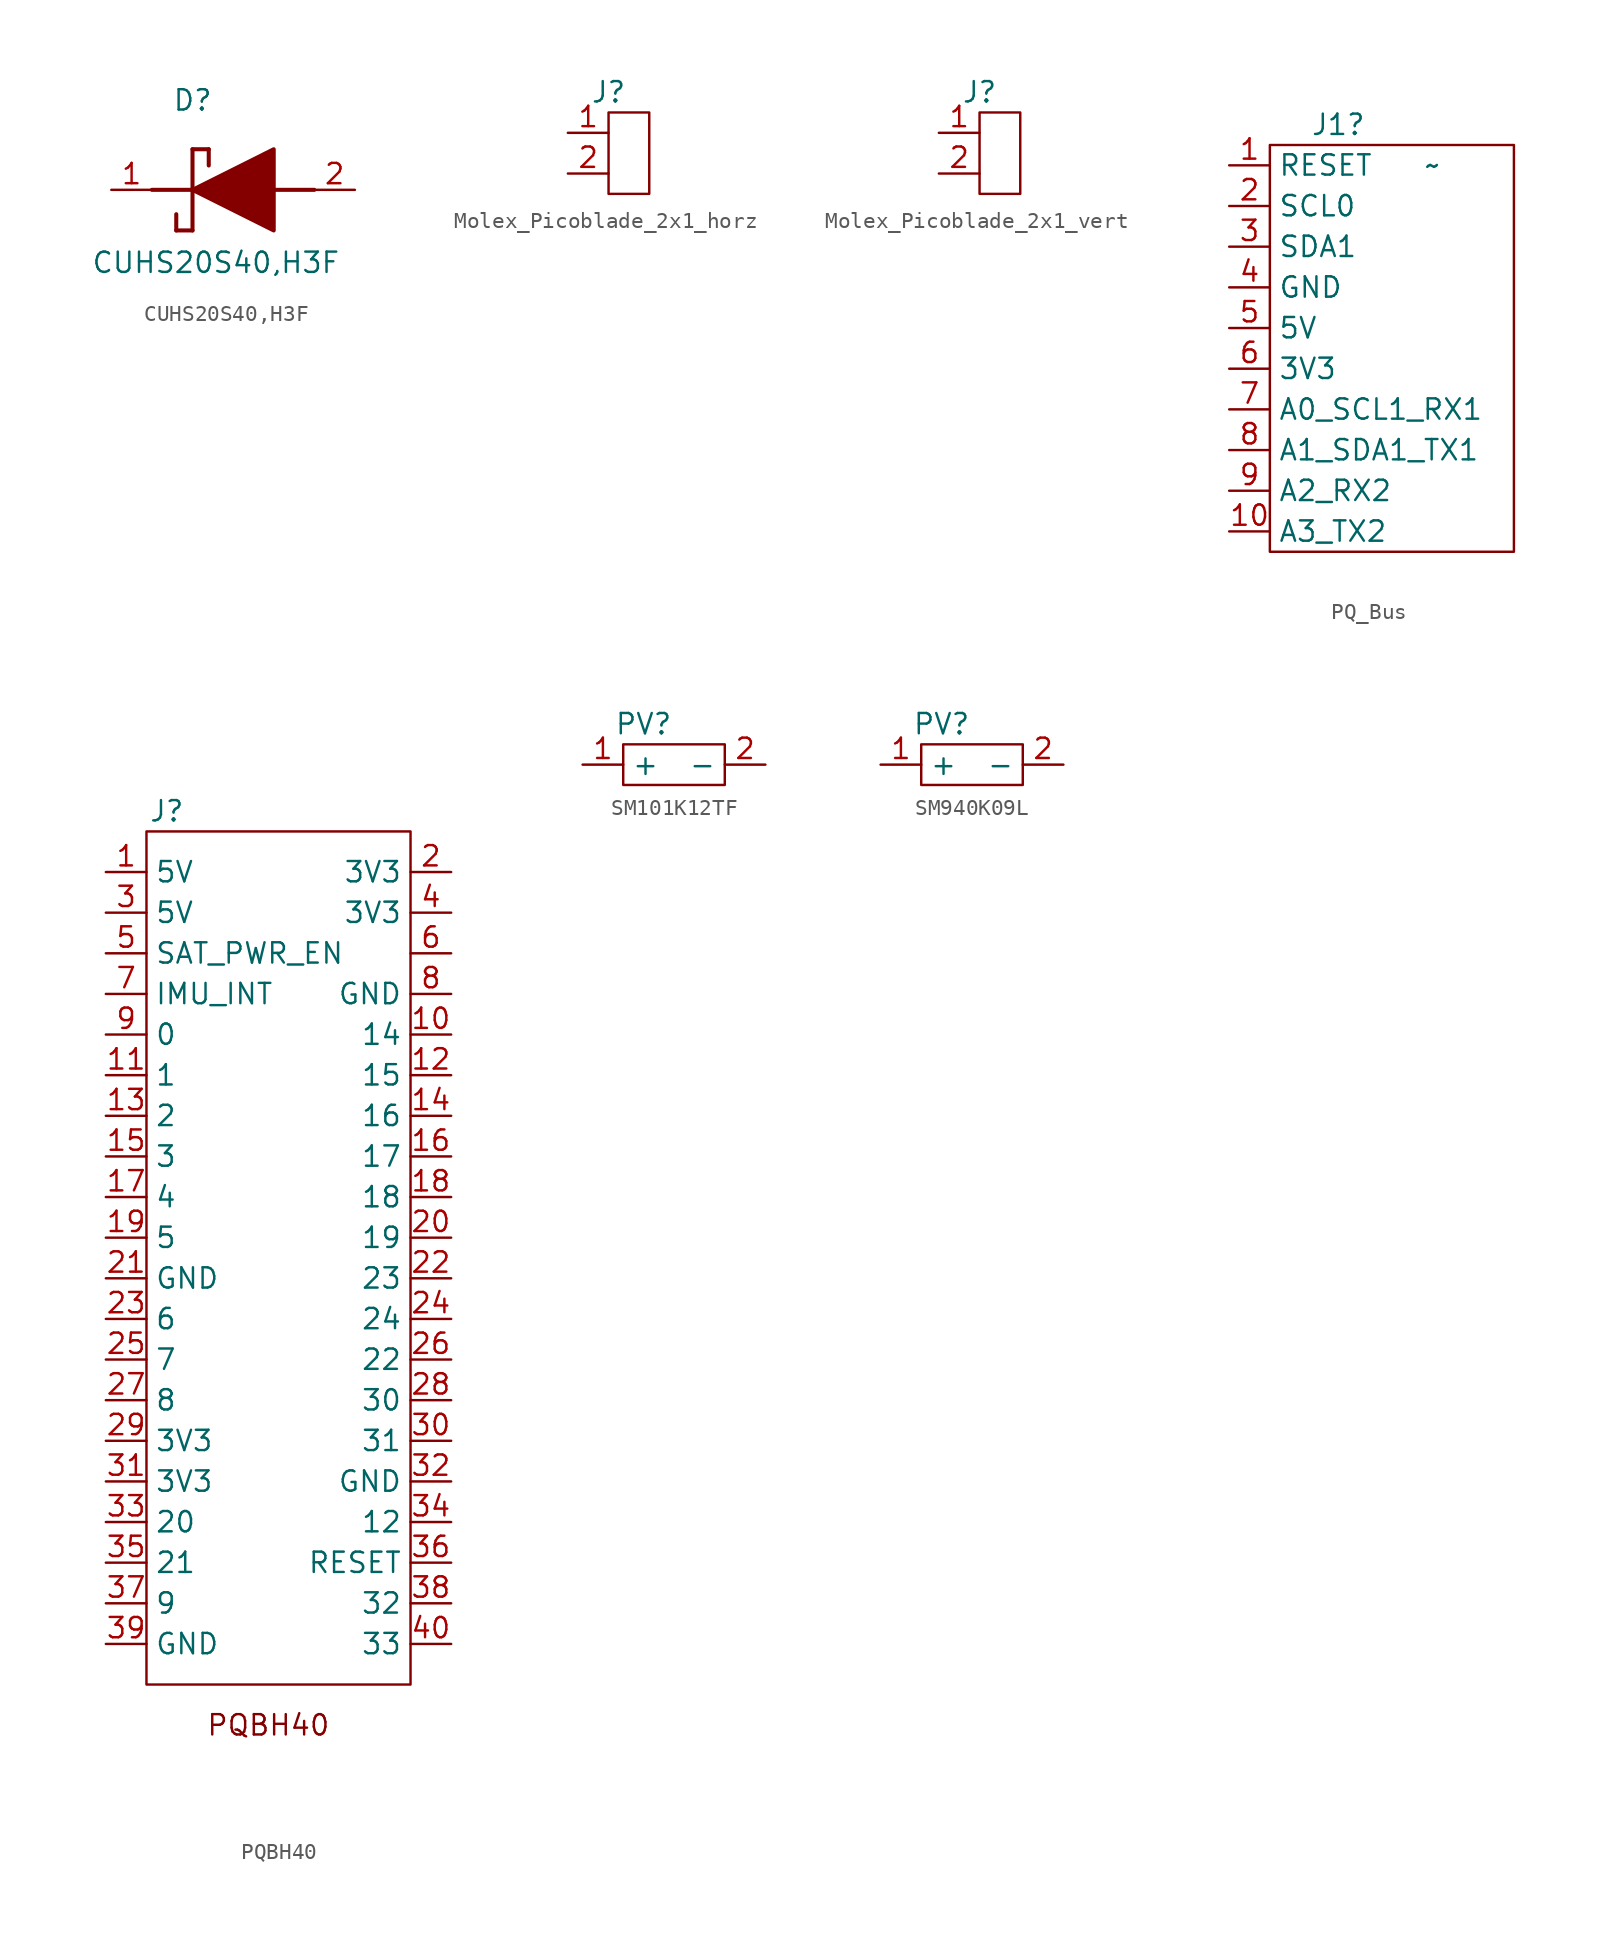
<source format=kicad_sym>
(kicad_symbol_lib
  (version 20220914)
  (generator kicad_symbol_editor)
  (symbol "CUHS20S40,H3F"
    (pin_names hide)
    (property "Reference" "D"
      (at 6.35 6.35 0)
      (effects (font (size 1.27 1.27)) (justify left top)))
    (property "Value" "CUHS20S40,H3F"
      (at 1.27 -3.81 0)
      (effects (font (size 1.27 1.27)) (justify left top)))
    (symbol "CUHS20S40,H3F_1_1"
      (polyline (pts (xy 5.08 0) (xy 7.62 0)) (stroke (width 0.254) (type default)) (fill (type none)))
      (polyline (pts (xy 6.604 -1.524) (xy 6.604 -2.54)) (stroke (width 0.254) (type default)) (fill (type none)))
      (polyline (pts (xy 7.62 -2.54) (xy 6.604 -2.54)) (stroke (width 0.254) (type default)) (fill (type none)))
      (polyline (pts (xy 7.62 2.54) (xy 7.62 -2.54)) (stroke (width 0.254) (type default)) (fill (type none)))
      (polyline (pts (xy 7.62 2.54) (xy 8.636 2.54)) (stroke (width 0.254) (type default)) (fill (type none)))
      (polyline (pts (xy 8.636 1.524) (xy 8.636 2.54)) (stroke (width 0.254) (type default)) (fill (type none)))
      (polyline (pts (xy 12.7 0) (xy 15.24 0)) (stroke (width 0.254) (type default)) (fill (type none)))
      (polyline (pts (xy 7.62 0) (xy 12.7 2.54) (xy 12.7 -2.54) (xy 7.62 0)) (stroke (width 0.254) (type default)) (fill (type outline)))
      (pin passive line (at 2.54 0 0) (length 2.54) (name "K" (effects (font (size 1.27 1.27)))) (number "1" (effects (font (size 1.27 1.27)))))
      (pin passive line (at 17.78 0 180) (length 2.54) (name "A" (effects (font (size 1.27 1.27)))) (number "2" (effects (font (size 1.27 1.27)))))))
  (symbol "Molex_Picoblade_2x1_horz"
    (property "Reference" "J"
      (at 0 0 0)
      (effects (font (size 1.27 1.27))))
    (property "Value" ""
      (at 0 0 0)
      (effects (font (size 1.27 1.27))))
    (symbol "Molex_Picoblade_2x1_horz_0_0"
      (pin passive line (at -2.54 -2.54 0) (length 2.54) (name "" (effects (font (size 1.27 1.27)))) (number "1" (effects (font (size 1.27 1.27)))))
      (pin passive line (at -2.54 -5.08 0) (length 2.54) (name "" (effects (font (size 1.27 1.27)))) (number "2" (effects (font (size 1.27 1.27))))))
    (symbol "Molex_Picoblade_2x1_horz_0_1"
      (rectangle (start 0 -1.27) (end 2.54 -6.35) (stroke (width 0) (type default)) (fill (type none)))))
  (symbol "Molex_Picoblade_2x1_vert"
    (property "Reference" "J"
      (at 2.54 2.54 0)
      (effects (font (size 1.27 1.27))))
    (property "Value" ""
      (at 0 0 0)
      (effects (font (size 1.27 1.27))))
    (symbol "Molex_Picoblade_2x1_vert_0_0"
      (pin passive line (at 0 0 0) (length 2.54) (name "" (effects (font (size 1.27 1.27)))) (number "1" (effects (font (size 1.27 1.27)))))
      (pin passive line (at 0 -2.54 0) (length 2.54) (name "" (effects (font (size 1.27 1.27)))) (number "2" (effects (font (size 1.27 1.27))))))
    (symbol "Molex_Picoblade_2x1_vert_0_1"
      (rectangle (start 2.54 1.27) (end 5.08 -3.81) (stroke (width 0) (type default)) (fill (type none)))))
  (symbol "PQ_Bus"
    (property "Reference" "J1"
      (at 2.54 1.27 0)
      (effects (font (size 1.27 1.27)) (justify left)))
    (property "Value" "~"
      (at 10.16 -1.27 0)
      (effects (font (size 1.27 1.27))))
    (symbol "PQ_Bus_0_1"
      (rectangle (start 0 0) (end 15.24 -25.4) (stroke (width 0) (type default)) (fill (type none))))
    (symbol "PQ_Bus_1_0"
      (pin passive line (at -2.54 -1.27 0) (length 2.54) (name "RESET" (effects (font (size 1.27 1.27)))) (number "1" (effects (font (size 1.27 1.27)))))
      (pin passive line (at -2.54 -24.13 0) (length 2.54) (name "A3_TX2" (effects (font (size 1.27 1.27)))) (number "10" (effects (font (size 1.27 1.27)))))
      (pin passive line (at -2.54 -3.81 0) (length 2.54) (name "SCL0" (effects (font (size 1.27 1.27)))) (number "2" (effects (font (size 1.27 1.27)))))
      (pin passive line (at -2.54 -6.35 0) (length 2.54) (name "SDA1" (effects (font (size 1.27 1.27)))) (number "3" (effects (font (size 1.27 1.27)))))
      (pin passive line (at -2.54 -8.89 0) (length 2.54) (name "GND" (effects (font (size 1.27 1.27)))) (number "4" (effects (font (size 1.27 1.27)))))
      (pin passive line (at -2.54 -11.43 0) (length 2.54) (name "5V" (effects (font (size 1.27 1.27)))) (number "5" (effects (font (size 1.27 1.27)))))
      (pin passive line (at -2.54 -13.97 0) (length 2.54) (name "3V3" (effects (font (size 1.27 1.27)))) (number "6" (effects (font (size 1.27 1.27)))))
      (pin passive line (at -2.54 -16.51 0) (length 2.54) (name "A0_SCL1_RX1" (effects (font (size 1.27 1.27)))) (number "7" (effects (font (size 1.27 1.27)))))
      (pin passive line (at -2.54 -19.05 0) (length 2.54) (name "A1_SDA1_TX1" (effects (font (size 1.27 1.27)))) (number "8" (effects (font (size 1.27 1.27)))))
      (pin passive line (at -2.54 -21.59 0) (length 2.54) (name "A2_RX2" (effects (font (size 1.27 1.27)))) (number "9" (effects (font (size 1.27 1.27)))))))
  (symbol "PQBH40"
    (property "Reference" "J"
      (at 1.27 1.27 0)
      (effects (font (size 1.27 1.27))))
    (property "Value" ""
      (at -2.54 -2.54 0)
      (effects (font (size 1.27 1.27))))
    (symbol "PQBH40_0_0"
      (pin output line (at -2.54 -2.54 0) (length 2.54) (name "5V" (effects (font (size 1.27 1.27)))) (number "1" (effects (font (size 1.27 1.27)))))
      (pin passive line (at 19.05 -50.8 180) (length 2.54) (name "33" (effects (font (size 1.27 1.27)))) (number "40" (effects (font (size 1.27 1.27))))))
    (symbol "PQBH40_0_1"
      (rectangle (start 0 0) (end 16.51 -53.34) (stroke (width 0) (type default)) (fill (type none))))
    (symbol "PQBH40_1_0"
      (pin passive line (at 19.05 -12.7 180) (length 2.54) (name "14" (effects (font (size 1.27 1.27)))) (number "10" (effects (font (size 1.27 1.27)))))
      (pin passive line (at -2.54 -15.24 0) (length 2.54) (name "1" (effects (font (size 1.27 1.27)))) (number "11" (effects (font (size 1.27 1.27)))))
      (pin passive line (at 19.05 -15.24 180) (length 2.54) (name "15" (effects (font (size 1.27 1.27)))) (number "12" (effects (font (size 1.27 1.27)))))
      (pin passive line (at -2.54 -17.78 0) (length 2.54) (name "2" (effects (font (size 1.27 1.27)))) (number "13" (effects (font (size 1.27 1.27)))))
      (pin passive line (at 19.05 -17.78 180) (length 2.54) (name "16" (effects (font (size 1.27 1.27)))) (number "14" (effects (font (size 1.27 1.27)))))
      (pin passive line (at -2.54 -20.32 0) (length 2.54) (name "3" (effects (font (size 1.27 1.27)))) (number "15" (effects (font (size 1.27 1.27)))))
      (pin passive line (at 19.05 -20.32 180) (length 2.54) (name "17" (effects (font (size 1.27 1.27)))) (number "16" (effects (font (size 1.27 1.27)))))
      (pin passive line (at -2.54 -22.86 0) (length 2.54) (name "4" (effects (font (size 1.27 1.27)))) (number "17" (effects (font (size 1.27 1.27)))))
      (pin passive line (at 19.05 -22.86 180) (length 2.54) (name "18" (effects (font (size 1.27 1.27)))) (number "18" (effects (font (size 1.27 1.27)))))
      (pin passive line (at -2.54 -25.4 0) (length 2.54) (name "5" (effects (font (size 1.27 1.27)))) (number "19" (effects (font (size 1.27 1.27)))))
      (pin passive line (at 19.05 -2.54 180) (length 2.54) (name "3V3" (effects (font (size 1.27 1.27)))) (number "2" (effects (font (size 1.27 1.27)))))
      (pin passive line (at 19.05 -25.4 180) (length 2.54) (name "19" (effects (font (size 1.27 1.27)))) (number "20" (effects (font (size 1.27 1.27)))))
      (pin passive line (at -2.54 -27.94 0) (length 2.54) (name "GND" (effects (font (size 1.27 1.27)))) (number "21" (effects (font (size 1.27 1.27)))))
      (pin passive line (at 19.05 -27.94 180) (length 2.54) (name "23" (effects (font (size 1.27 1.27)))) (number "22" (effects (font (size 1.27 1.27)))))
      (pin passive line (at -2.54 -30.48 0) (length 2.54) (name "6" (effects (font (size 1.27 1.27)))) (number "23" (effects (font (size 1.27 1.27)))))
      (pin passive line (at 19.05 -30.48 180) (length 2.54) (name "24" (effects (font (size 1.27 1.27)))) (number "24" (effects (font (size 1.27 1.27)))))
      (pin passive line (at -2.54 -33.02 0) (length 2.54) (name "7" (effects (font (size 1.27 1.27)))) (number "25" (effects (font (size 1.27 1.27)))))
      (pin passive line (at 19.05 -33.02 180) (length 2.54) (name "22" (effects (font (size 1.27 1.27)))) (number "26" (effects (font (size 1.27 1.27)))))
      (pin passive line (at -2.54 -35.56 0) (length 2.54) (name "8" (effects (font (size 1.27 1.27)))) (number "27" (effects (font (size 1.27 1.27)))))
      (pin passive line (at 19.05 -35.56 180) (length 2.54) (name "30" (effects (font (size 1.27 1.27)))) (number "28" (effects (font (size 1.27 1.27)))))
      (pin output line (at -2.54 -38.1 0) (length 2.54) (name "3V3" (effects (font (size 1.27 1.27)))) (number "29" (effects (font (size 1.27 1.27)))))
      (pin output line (at -2.54 -5.08 0) (length 2.54) (name "5V" (effects (font (size 1.27 1.27)))) (number "3" (effects (font (size 1.27 1.27)))))
      (pin passive line (at 19.05 -38.1 180) (length 2.54) (name "31" (effects (font (size 1.27 1.27)))) (number "30" (effects (font (size 1.27 1.27)))))
      (pin output line (at -2.54 -40.64 0) (length 2.54) (name "3V3" (effects (font (size 1.27 1.27)))) (number "31" (effects (font (size 1.27 1.27)))))
      (pin passive line (at 19.05 -40.64 180) (length 2.54) (name "GND" (effects (font (size 1.27 1.27)))) (number "32" (effects (font (size 1.27 1.27)))))
      (pin passive line (at -2.54 -43.18 0) (length 2.54) (name "20" (effects (font (size 1.27 1.27)))) (number "33" (effects (font (size 1.27 1.27)))))
      (pin passive line (at 19.05 -43.18 180) (length 2.54) (name "12" (effects (font (size 1.27 1.27)))) (number "34" (effects (font (size 1.27 1.27)))))
      (pin passive line (at -2.54 -45.72 0) (length 2.54) (name "21" (effects (font (size 1.27 1.27)))) (number "35" (effects (font (size 1.27 1.27)))))
      (pin passive line (at 19.05 -45.72 180) (length 2.54) (name "RESET" (effects (font (size 1.27 1.27)))) (number "36" (effects (font (size 1.27 1.27)))))
      (pin passive line (at -2.54 -48.26 0) (length 2.54) (name "9" (effects (font (size 1.27 1.27)))) (number "37" (effects (font (size 1.27 1.27)))))
      (pin passive line (at 19.05 -48.26 180) (length 2.54) (name "32" (effects (font (size 1.27 1.27)))) (number "38" (effects (font (size 1.27 1.27)))))
      (pin passive line (at -2.54 -50.8 0) (length 2.54) (name "GND" (effects (font (size 1.27 1.27)))) (number "39" (effects (font (size 1.27 1.27)))))
      (pin passive line (at 19.05 -5.08 180) (length 2.54) (name "3V3" (effects (font (size 1.27 1.27)))) (number "4" (effects (font (size 1.27 1.27)))))
      (pin passive line (at -2.54 -7.62 0) (length 2.54) (name "SAT_PWR_EN" (effects (font (size 1.27 1.27)))) (number "5" (effects (font (size 1.27 1.27)))))
      (pin passive line (at 19.05 -7.62 180) (length 2.54) (name "" (effects (font (size 1.27 1.27)))) (number "6" (effects (font (size 1.27 1.27)))))
      (pin passive line (at -2.54 -10.16 0) (length 2.54) (name "IMU_INT" (effects (font (size 1.27 1.27)))) (number "7" (effects (font (size 1.27 1.27)))))
      (pin passive line (at 19.05 -10.16 180) (length 2.54) (name "GND" (effects (font (size 1.27 1.27)))) (number "8" (effects (font (size 1.27 1.27)))))
      (pin passive line (at -2.54 -12.7 0) (length 2.54) (name "0" (effects (font (size 1.27 1.27)))) (number "9" (effects (font (size 1.27 1.27))))))
    (symbol "PQBH40_1_1"
      (text "PQBH40" (at 7.62 -55.88 0) (effects (font (size 1.27 1.27))))))
  (symbol "SM101K12TF"
    (property "Reference" "PV"
      (at 1.27 1.27 0)
      (effects (font (size 1.27 1.27))))
    (property "Value" ""
      (at 0 1.27 0)
      (effects (font (size 1.27 1.27))))
    (symbol "SM101K12TF_0_0"
      (pin passive line (at -2.54 -1.27 0) (length 2.54) (name "+" (effects (font (size 1.27 1.27)))) (number "1" (effects (font (size 1.27 1.27)))))
      (pin passive line (at 8.89 -1.27 180) (length 2.54) (name "-" (effects (font (size 1.27 1.27)))) (number "2" (effects (font (size 1.27 1.27))))))
    (symbol "SM101K12TF_0_1"
      (rectangle (start 0 0) (end 6.35 -2.54) (stroke (width 0) (type default)) (fill (type none)))))
  (symbol "SM940K09L"
    (property "Reference" "PV"
      (at 3.81 2.54 0)
      (effects (font (size 1.27 1.27))))
    (property "Value" ""
      (at 0 0 0)
      (effects (font (size 1.27 1.27))))
    (symbol "SM940K09L_0_0"
      (pin passive line (at 0 0 0) (length 2.54) (name "+" (effects (font (size 1.27 1.27)))) (number "1" (effects (font (size 1.27 1.27)))))
      (pin passive line (at 11.43 0 180) (length 2.54) (name "-" (effects (font (size 1.27 1.27)))) (number "2" (effects (font (size 1.27 1.27))))))
    (symbol "SM940K09L_0_1"
      (rectangle (start 2.54 1.27) (end 8.89 -1.27) (stroke (width 0) (type default)) (fill (type none))))))
</source>
